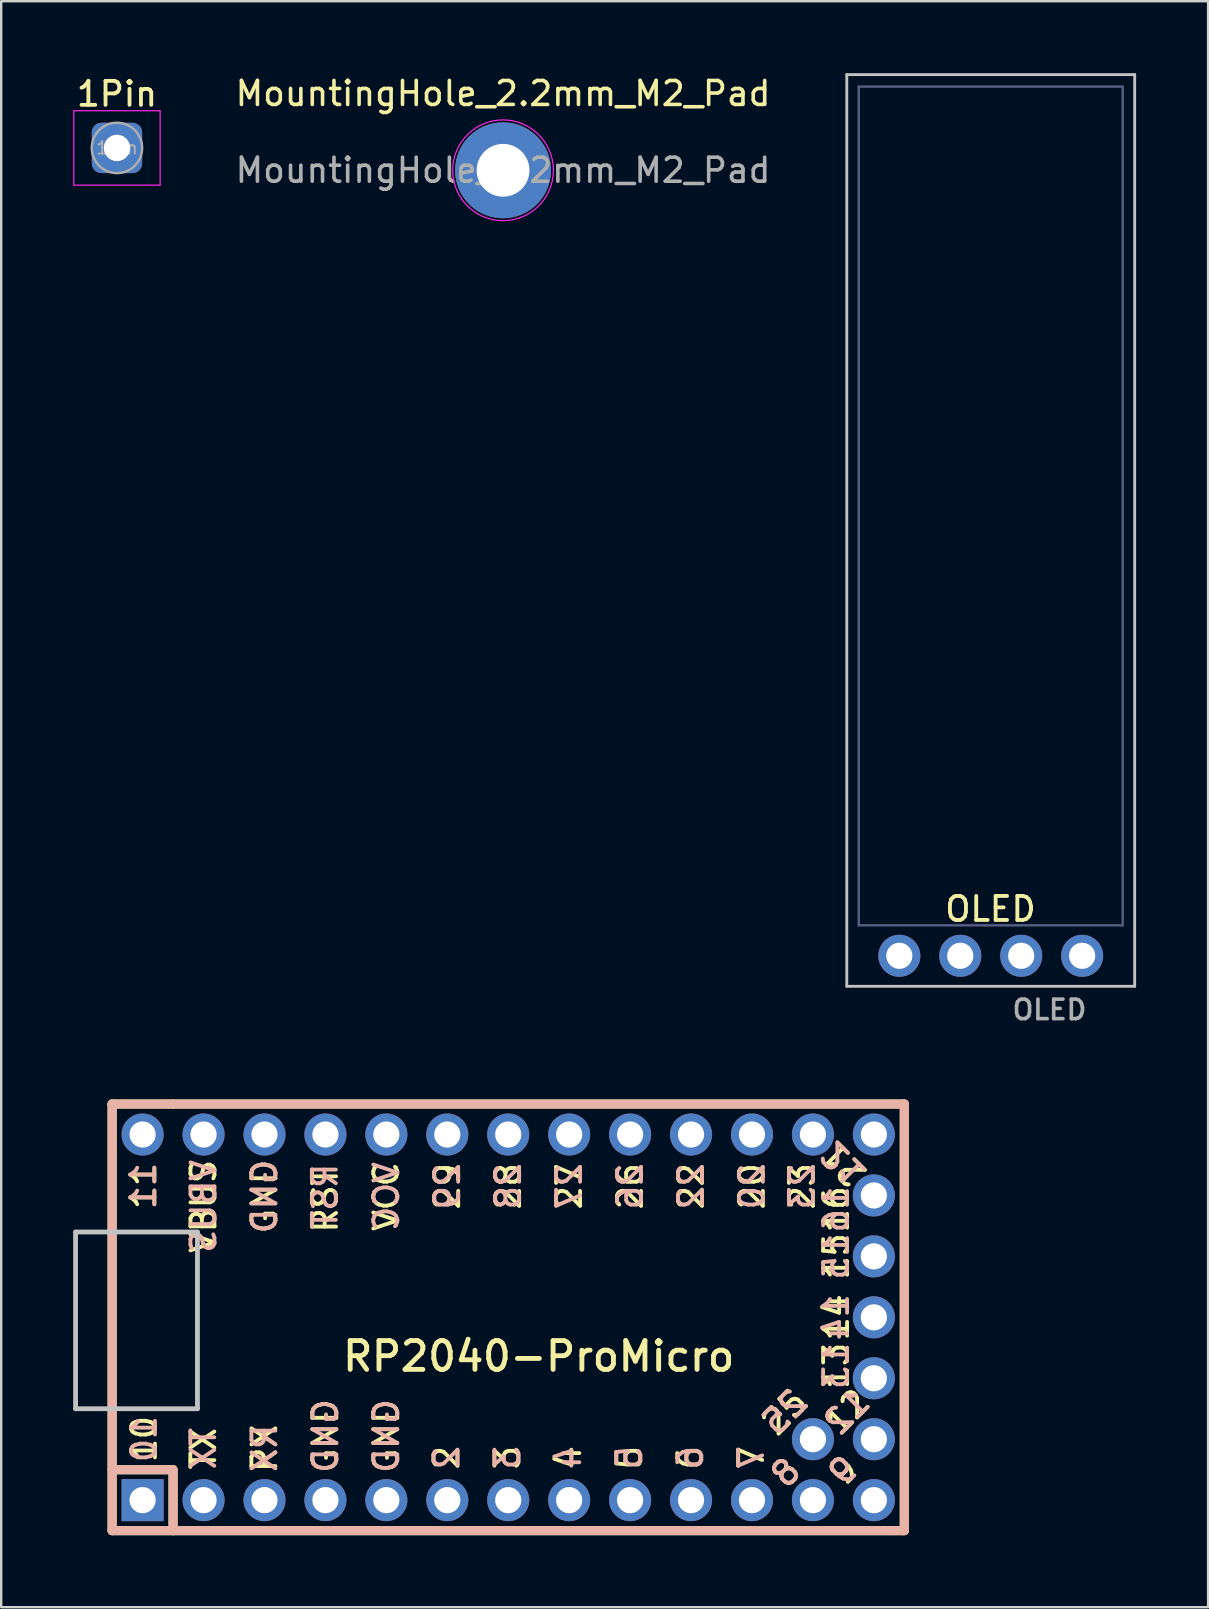
<source format=kicad_pcb>
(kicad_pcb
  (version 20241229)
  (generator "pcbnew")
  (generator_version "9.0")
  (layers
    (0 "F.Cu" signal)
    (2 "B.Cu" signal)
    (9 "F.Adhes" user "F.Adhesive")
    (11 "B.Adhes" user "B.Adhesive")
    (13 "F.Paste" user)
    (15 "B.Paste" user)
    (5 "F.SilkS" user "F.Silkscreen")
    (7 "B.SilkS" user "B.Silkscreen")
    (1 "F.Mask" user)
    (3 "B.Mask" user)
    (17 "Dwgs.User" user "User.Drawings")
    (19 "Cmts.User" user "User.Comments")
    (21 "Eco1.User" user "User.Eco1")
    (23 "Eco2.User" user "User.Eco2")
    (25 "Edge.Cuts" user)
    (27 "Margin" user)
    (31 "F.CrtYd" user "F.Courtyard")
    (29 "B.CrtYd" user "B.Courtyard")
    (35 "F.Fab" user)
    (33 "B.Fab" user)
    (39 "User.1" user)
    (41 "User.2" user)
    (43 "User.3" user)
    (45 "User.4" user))
  (footprint "RP2040-ProMicro"
    (layer "F.Cu")
    (at 19.404 51.859)
    (property "Reference" "RP2040-ProMicro" (at 0 1.625 0) (layer "F.SilkS") (effects (font (size 1.2 1.2) (thickness 0.203))))
    (attr through_hole)
    (fp_line (start -17.78 -8.89) (end -17.78 8.89) (stroke (width 0.381) (type solid)) (layer "F.SilkS"))
    (fp_line (start -17.78 8.89) (end -15.24 8.89) (stroke (width 0.381) (type solid)) (layer "F.SilkS"))
    (fp_line (start -17.775 6.35) (end -15.255 6.35) (stroke (width 0.381) (type solid)) (layer "F.SilkS"))
    (fp_line (start -15.24 -8.89) (end -17.78 -8.89) (stroke (width 0.381) (type solid)) (layer "F.SilkS"))
    (fp_line (start -15.24 6.35) (end -15.24 8.89) (stroke (width 0.381) (type solid)) (layer "F.SilkS"))
    (fp_line (start -15.24 8.89) (end 15.24 8.89) (stroke (width 0.381) (type solid)) (layer "F.SilkS"))
    (fp_line (start 15.24 -8.89) (end -15.24 -8.89) (stroke (width 0.381) (type solid)) (layer "F.SilkS"))
    (fp_line (start 15.24 8.89) (end 15.24 -8.89) (stroke (width 0.381) (type solid)) (layer "F.SilkS"))
    (fp_line (start -17.78 -8.89) (end -17.78 8.89) (stroke (width 0.381) (type solid)) (layer "B.SilkS"))
    (fp_line (start -17.78 8.89) (end 15.24 8.89) (stroke (width 0.381) (type solid)) (layer "B.SilkS"))
    (fp_line (start -17.775 6.35) (end -15.255 6.35) (stroke (width 0.381) (type solid)) (layer "B.SilkS"))
    (fp_line (start -15.24 6.35) (end -15.24 8.89) (stroke (width 0.381) (type solid)) (layer "B.SilkS"))
    (fp_line (start 15.24 -8.89) (end -17.78 -8.89) (stroke (width 0.381) (type solid)) (layer "B.SilkS"))
    (fp_line (start 15.24 8.89) (end 15.24 -8.89) (stroke (width 0.381) (type solid)) (layer "B.SilkS"))
    (fp_line (start -19.304 -3.556) (end -14.224 -3.556) (stroke (width 0.2) (type solid)) (layer "Dwgs.User"))
    (fp_line (start -19.304 3.81) (end -19.304 -3.556) (stroke (width 0.2) (type solid)) (layer "Dwgs.User"))
    (fp_line (start -14.224 -3.556) (end -14.224 3.81) (stroke (width 0.2) (type solid)) (layer "Dwgs.User"))
    (fp_line (start -14.224 3.81) (end -19.304 3.81) (stroke (width 0.2) (type solid)) (layer "Dwgs.User"))
    (fp_text user "29" (at -3.81 -5.461 90) (layer "F.SilkS") (effects (font (size 1 1) (thickness 0.16))))
    (fp_text user "8" (at 10.3 6.475 45) (layer "F.SilkS") (effects (font (size 1 1) (thickness 0.16))))
    (fp_text user "VBUS" (at -13.97 -4.625 90) (layer "F.SilkS") (effects (font (size 1 1) (thickness 0.16))))
    (fp_text user "GND" (at -8.89 4.95 90) (layer "F.SilkS") (effects (font (size 1 1) (thickness 0.16))))
    (fp_text user "VCC" (at -6.35 -5.036 90) (layer "F.SilkS") (effects (font (size 1 1) (thickness 0.16))))
    (fp_text user "14" (at 12.4 0 90) (layer "F.SilkS") (effects (font (size 1 1) (thickness 0.16))))
    (fp_text user "TX" (at -13.975 5.475 90) (layer "F.SilkS") (effects (font (size 1 1) (thickness 0.16))))
    (fp_text user "12" (at 12.85 3.95 45) (layer "F.SilkS") (effects (font (size 1 1) (thickness 0.16))))
    (fp_text user "GND" (at -11.43 -5.036 90) (layer "F.SilkS") (effects (font (size 1 1) (thickness 0.16))))
    (fp_text user "RX" (at -11.43 5.461 90) (layer "F.SilkS") (effects (font (size 1 1) (thickness 0.16))))
    (fp_text user "9" (at 12.7 6.4 45) (layer "F.SilkS") (effects (font (size 1 1) (thickness 0.16))))
    (fp_text user "25" (at 10.25 3.95 45) (layer "F.SilkS") (effects (font (size 1 1) (thickness 0.16))))
    (fp_text user "13" (at 12.4 2.025 90) (layer "F.SilkS") (effects (font (size 1 1) (thickness 0.16))))
    (fp_text user "15" (at 12.4 -2.54 90) (layer "F.SilkS") (effects (font (size 1 1) (thickness 0.16))))
    (fp_text user "20" (at 8.89 -5.461 90) (layer "F.SilkS") (effects (font (size 1 1) (thickness 0.16))))
    (fp_text user "GND" (at -6.35 4.95 90) (layer "F.SilkS") (effects (font (size 1 1) (thickness 0.16))))
    (fp_text user "28" (at -1.27 -5.461 90) (layer "F.SilkS") (effects (font (size 1 1) (thickness 0.16))))
    (fp_text user "6" (at 6.32 5.85 90) (layer "F.SilkS") (effects (font (size 1 1) (thickness 0.16))))
    (fp_text user "16" (at 12.4 -4.5 90) (layer "F.SilkS") (effects (font (size 1 1) (thickness 0.16))))
    (fp_text user "23" (at 10.975 -5.461 90) (layer "F.SilkS") (effects (font (size 1 1) (thickness 0.16))))
    (fp_text user "4" (at 1.24 5.85 90) (layer "F.SilkS") (effects (font (size 1 1) (thickness 0.16))))
    (fp_text user "RST" (at -8.9 -4.9 90) (layer "F.SilkS") (effects (font (size 1 1) (thickness 0.16))))
    (fp_text user "5" (at 3.78 5.85 90) (layer "F.SilkS") (effects (font (size 1 1) (thickness 0.16))))
    (fp_text user "22" (at 6.35 -5.461 90) (layer "F.SilkS") (effects (font (size 1 1) (thickness 0.16))))
    (fp_text user "3" (at -1.3 5.85 90) (layer "F.SilkS") (effects (font (size 1 1) (thickness 0.16))))
    (fp_text user "21" (at 12.7 -6.4 135) (unlocked yes) (layer "F.SilkS") (effects (font (size 1 1) (thickness 0.16))))
    (fp_text user "10" (at -16.45 5.075 90) (layer "F.SilkS") (effects (font (size 1 1) (thickness 0.16))))
    (fp_text user "2" (at -3.84 5.85 90) (layer "F.SilkS") (effects (font (size 1 1) (thickness 0.16))))
    (fp_text user "11" (at -16.475 -5.475 90) (layer "F.SilkS") (effects (font (size 1 1) (thickness 0.16))))
    (fp_text user "27" (at 1.27 -5.461 90) (layer "F.SilkS") (effects (font (size 1 1) (thickness 0.16))))
    (fp_text user "26" (at 3.81 -5.461 90) (layer "F.SilkS") (effects (font (size 1 1) (thickness 0.16))))
    (fp_text user "7" (at 8.86 5.85 90) (layer "F.SilkS") (effects (font (size 1 1) (thickness 0.16))))
    (fp_text user "12" (at 12.85 3.95 45) (layer "B.SilkS") (effects (font (size 1 1) (thickness 0.16)) (justify mirror)))
    (fp_text user "TX" (at -13.975 5.475 90) (layer "B.SilkS") (effects (font (size 1 1) (thickness 0.16)) (justify mirror)))
    (fp_text user "GND" (at -6.35 4.95 90) (layer "B.SilkS") (effects (font (size 1 1) (thickness 0.16)) (justify mirror)))
    (fp_text user "13" (at 12.4 2.025 90) (layer "B.SilkS") (effects (font (size 1 1) (thickness 0.16)) (justify mirror)))
    (fp_text user "GND" (at -8.89 4.95 90) (layer "B.SilkS") (effects (font (size 1 1) (thickness 0.16)) (justify mirror)))
    (fp_text user "GND" (at -11.43 -5.036 90) (layer "B.SilkS") (effects (font (size 1 1) (thickness 0.16)) (justify mirror)))
    (fp_text user "21" (at 12.7 -6.4 135) (unlocked yes) (layer "B.SilkS") (effects (font (size 1 1) (thickness 0.16)) (justify mirror)))
    (fp_text user "VBUS" (at -13.97 -4.625 90) (layer "B.SilkS") (effects (font (size 1 1) (thickness 0.16)) (justify mirror)))
    (fp_text user "28" (at -1.27 -5.461 90) (layer "B.SilkS") (effects (font (size 1 1) (thickness 0.16)) (justify mirror)))
    (fp_text user "6" (at 6.32 5.85 90) (layer "B.SilkS") (effects (font (size 1 1) (thickness 0.16)) (justify mirror)))
    (fp_text user "RST" (at -8.91 -5.04 90) (layer "B.SilkS") (effects (font (size 1 1) (thickness 0.16)) (justify mirror)))
    (fp_text user "26" (at 3.81 -5.461 90) (layer "B.SilkS") (effects (font (size 1 1) (thickness 0.16)) (justify mirror)))
    (fp_text user "8" (at 10.3 6.475 45) (layer "B.SilkS") (effects (font (size 1 1) (thickness 0.16)) (justify mirror)))
    (fp_text user "7" (at 8.86 5.85 90) (layer "B.SilkS") (effects (font (size 1 1) (thickness 0.16)) (justify mirror)))
    (fp_text user "25" (at 10.25 3.95 45) (layer "B.SilkS") (effects (font (size 1 1) (thickness 0.16)) (justify mirror)))
    (fp_text user "27" (at 1.27 -5.461 90) (layer "B.SilkS") (effects (font (size 1 1) (thickness 0.16)) (justify mirror)))
    (fp_text user "14" (at 12.4 0 90) (layer "B.SilkS") (effects (font (size 1 1) (thickness 0.16)) (justify mirror)))
    (fp_text user "29" (at -3.81 -5.461 90) (layer "B.SilkS") (effects (font (size 1 1) (thickness 0.16)) (justify mirror)))
    (fp_text user "4" (at 1.24 5.85 90) (layer "B.SilkS") (effects (font (size 1 1) (thickness 0.16)) (justify mirror)))
    (fp_text user "2" (at -3.84 5.85 90) (layer "B.SilkS") (effects (font (size 1 1) (thickness 0.16)) (justify mirror)))
    (fp_text user "10" (at -16.45 5.075 90) (layer "B.SilkS") (effects (font (size 1 1) (thickness 0.16)) (justify mirror)))
    (fp_text user "5" (at 3.78 5.85 90) (layer "B.SilkS") (effects (font (size 1 1) (thickness 0.16)) (justify mirror)))
    (fp_text user "22" (at 6.35 -5.461 90) (layer "B.SilkS") (effects (font (size 1 1) (thickness 0.16)) (justify mirror)))
    (fp_text user "RX" (at -11.43 5.461 90) (layer "B.SilkS") (effects (font (size 1 1) (thickness 0.16)) (justify mirror)))
    (fp_text user "23" (at 10.975 -5.461 90) (layer "B.SilkS") (effects (font (size 1 1) (thickness 0.16)) (justify mirror)))
    (fp_text user "9" (at 12.7 6.4 45) (layer "B.SilkS") (effects (font (size 1 1) (thickness 0.16)) (justify mirror)))
    (fp_text user "3" (at -1.3 5.85 90) (layer "B.SilkS") (effects (font (size 1 1) (thickness 0.16)) (justify mirror)))
    (fp_text user "16" (at 12.4 -4.5 90) (layer "B.SilkS") (effects (font (size 1 1) (thickness 0.16)) (justify mirror)))
    (fp_text user "15" (at 12.4 -2.54 90) (layer "B.SilkS") (effects (font (size 1 1) (thickness 0.16)) (justify mirror)))
    (fp_text user "20" (at 8.89 -5.461 90) (layer "B.SilkS") (effects (font (size 1 1) (thickness 0.16)) (justify mirror)))
    (fp_text user "11" (at -16.475 -5.475 90) (layer "B.SilkS") (effects (font (size 1 1) (thickness 0.16)) (justify mirror)))
    (fp_text user "VCC" (at -6.35 -5.036 90) (layer "B.SilkS") (effects (font (size 1 1) (thickness 0.16)) (justify mirror)))
    (pad "1" thru_hole rect (at -16.51 7.62) (size 1.753 1.753) (drill 1.092) (layers "*.Cu" "*.Mask"))
    (pad "2" thru_hole circle (at -13.97 7.62) (size 1.753 1.753) (drill 1.092) (layers "*.Cu" "*.Mask"))
    (pad "3" thru_hole circle (at -11.43 7.62) (size 1.753 1.753) (drill 1.092) (layers "*.Cu" "*.Mask"))
    (pad "4" thru_hole circle (at -8.89 7.62) (size 1.753 1.753) (drill 1.092) (layers "*.Cu" "*.Mask"))
    (pad "5" thru_hole circle (at -6.35 7.62) (size 1.753 1.753) (drill 1.092) (layers "*.Cu" "*.Mask"))
    (pad "6" thru_hole circle (at -3.81 7.62) (size 1.753 1.753) (drill 1.092) (layers "*.Cu" "*.Mask"))
    (pad "7" thru_hole circle (at -1.27 7.62) (size 1.753 1.753) (drill 1.092) (layers "*.Cu" "*.Mask"))
    (pad "8" thru_hole circle (at 1.27 7.62) (size 1.753 1.753) (drill 1.092) (layers "*.Cu" "*.Mask"))
    (pad "9" thru_hole circle (at 3.81 7.62) (size 1.753 1.753) (drill 1.092) (layers "*.Cu" "*.Mask"))
    (pad "10" thru_hole circle (at 6.35 7.62) (size 1.753 1.753) (drill 1.092) (layers "*.Cu" "*.Mask"))
    (pad "11" thru_hole circle (at 8.89 7.62) (size 1.753 1.753) (drill 1.092) (layers "*.Cu" "*.Mask"))
    (pad "12" thru_hole circle (at 11.43 7.62) (size 1.753 1.753) (drill 1.092) (layers "*.Cu" "*.Mask"))
    (pad "13" thru_hole circle (at 13.97 7.62) (size 1.753 1.753) (drill 1.092) (layers "*.Cu" "*.Mask"))
    (pad "14" thru_hole circle (at 13.97 5.08) (size 1.753 1.753) (drill 1.092) (layers "*.Cu" "*.Mask"))
    (pad "15" thru_hole circle (at 13.97 2.54) (size 1.753 1.753) (drill 1.092) (layers "*.Cu" "*.Mask"))
    (pad "16" thru_hole circle (at 13.97 0) (size 1.753 1.753) (drill 1.092) (layers "*.Cu" "*.Mask"))
    (pad "17" thru_hole circle (at 13.97 -2.54) (size 1.753 1.753) (drill 1.092) (layers "*.Cu" "*.Mask"))
    (pad "18" thru_hole circle (at 13.97 -5.08) (size 1.753 1.753) (drill 1.092) (layers "*.Cu" "*.Mask"))
    (pad "19" thru_hole circle (at 13.97 -7.62) (size 1.753 1.753) (drill 1.092) (layers "*.Cu" "*.Mask"))
    (pad "20" thru_hole circle (at 11.43 -7.62) (size 1.753 1.753) (drill 1.092) (layers "*.Cu" "*.Mask"))
    (pad "21" thru_hole circle (at 8.89 -7.62) (size 1.753 1.753) (drill 1.092) (layers "*.Cu" "*.Mask"))
    (pad "22" thru_hole circle (at 6.35 -7.62) (size 1.753 1.753) (drill 1.092) (layers "*.Cu" "*.Mask"))
    (pad "23" thru_hole circle (at 3.81 -7.62) (size 1.753 1.753) (drill 1.092) (layers "*.Cu" "*.Mask"))
    (pad "24" thru_hole circle (at 1.27 -7.62) (size 1.753 1.753) (drill 1.092) (layers "*.Cu" "*.Mask"))
    (pad "25" thru_hole circle (at -1.27 -7.62) (size 1.753 1.753) (drill 1.092) (layers "*.Cu" "*.Mask"))
    (pad "26" thru_hole circle (at -3.81 -7.62) (size 1.753 1.753) (drill 1.092) (layers "*.Cu" "*.Mask"))
    (pad "27" thru_hole circle (at -6.35 -7.62) (size 1.753 1.753) (drill 1.092) (layers "*.Cu" "*.Mask"))
    (pad "28" thru_hole circle (at -8.89 -7.62) (size 1.753 1.753) (drill 1.092) (layers "*.Cu" "*.Mask"))
    (pad "29" thru_hole circle (at -11.43 -7.62) (size 1.753 1.753) (drill 1.092) (layers "*.Cu" "*.Mask"))
    (pad "30" thru_hole circle (at -13.97 -7.62) (size 1.753 1.753) (drill 1.092) (layers "*.Cu" "*.Mask"))
    (pad "31" thru_hole circle (at -16.51 -7.62) (size 1.753 1.753) (drill 1.092) (layers "*.Cu" "*.Mask"))
    (pad "32" thru_hole circle (at 11.43 5.08) (size 1.753 1.753) (drill 1.092) (layers "*.Cu" "*.Mask")))
  (footprint "OLED"
    (layer "F.Cu")
    (at 38.246 36.79)
    (property "Reference" "OLED" (at 2.45 2.25 180) (layer "F.Fab") (effects (font (size 0.813 0.813) (thickness 0.15))))
    (attr through_hole)
    (fp_line (start -6 -36.73) (end 6 -36.73) (stroke (width 0.12) (type solid)) (layer "Dwgs.User"))
    (fp_line (start -6 1.27) (end -6 -36.73) (stroke (width 0.12) (type solid)) (layer "Dwgs.User"))
    (fp_line (start -6 1.27) (end 6 1.27) (stroke (width 0.12) (type solid)) (layer "Dwgs.User"))
    (fp_line (start 6 -36.73) (end 6 1.27) (stroke (width 0.12) (type solid)) (layer "Dwgs.User"))
    (fp_line (start -5.5 -36.23) (end 5.5 -36.23) (stroke (width 0.1) (type default)) (layer "B.Fab"))
    (fp_line (start -5.5 -1.27) (end -5.5 -36.23) (stroke (width 0.1) (type default)) (layer "B.Fab"))
    (fp_line (start 5.5 -1.27) (end -5.5 -1.27) (stroke (width 0.1) (type default)) (layer "B.Fab"))
    (fp_line (start 5.5 -1.27) (end 5.5 -36.23) (stroke (width 0.1) (type default)) (layer "B.Fab"))
    (fp_text user "${REFERENCE}" (at -0.01 -1.95 0) (layer "F.SilkS") (effects (font (size 1 1) (thickness 0.16) (bold yes))))
    (pad "1" thru_hole circle (at -3.81 0) (size 1.753 1.753) (drill 1.092) (layers "*.Cu" "*.Mask"))
    (pad "2" thru_hole circle (at -1.27 0) (size 1.753 1.753) (drill 1.092) (layers "*.Cu" "*.Mask"))
    (pad "3" thru_hole circle (at 1.27 0) (size 1.753 1.753) (drill 1.092) (layers "*.Cu" "*.Mask"))
    (pad "4" thru_hole circle (at 3.81 0) (size 1.753 1.753) (drill 1.092) (layers "*.Cu" "*.Mask")))
  (footprint "1Pin"
    (layer "F.Cu")
    (at 1.825 3.116)
    (property "Reference" "1Pin" (at 0 -2.25 0) (layer "F.SilkS") (effects (font (size 1 1) (thickness 0.16))))
    (attr exclude_from_pos_files exclude_from_bom)
    (fp_line (start -1.8 -1.55) (end -1.8 1.55) (stroke (width 0.05) (type solid)) (layer "F.CrtYd"))
    (fp_line (start -1.8 1.55) (end 1.8 1.55) (stroke (width 0.05) (type solid)) (layer "F.CrtYd"))
    (fp_line (start 1.8 -1.55) (end -1.8 -1.55) (stroke (width 0.05) (type solid)) (layer "F.CrtYd"))
    (fp_line (start 1.8 1.55) (end 1.8 -1.55) (stroke (width 0.05) (type solid)) (layer "F.CrtYd"))
    (fp_circle (center 0 0) (end 1.05 0) (stroke (width 0.1) (type solid)) (fill no) (layer "F.Fab"))
    (fp_text user "${REFERENCE}" (at 0 0 0) (layer "F.Fab") (effects (font (size 0.52 0.52) (thickness 0.08))))
    (pad "1" thru_hole roundrect (at 0 0) (size 2.1 2.1) (drill 1.1) (layers "*.Cu" "*.Mask") (roundrect_rratio 0.19)))
  (footprint "MountingHole_2.2mm_M2_Pad"
    (layer "F.Cu")
    (at 17.918 4.048)
    (property "Reference" "MountingHole_2.2mm_M2_Pad" (at 0 -3.2 0) (layer "F.SilkS") (effects (font (size 1 1) (thickness 0.15))))
    (attr exclude_from_pos_files exclude_from_bom)
    (fp_circle (center 0 0) (end 2.1 0) (stroke (width 0.05) (type solid)) (fill no) (layer "F.CrtYd"))
    (fp_text user "${REFERENCE}" (at 0 0 0) (layer "F.Fab") (effects (font (size 1 1) (thickness 0.15))))
    (pad "1" thru_hole circle (at 0 0) (size 4 4) (drill 2.2) (layers "*.Cu" "*.Mask")))
  (gr_rect
    (start -3 -3)
    (end 47.306 63.94)
    (stroke (width 0.1) (type default))
    (fill no)
    (layer "Edge.Cuts")))
</source>
